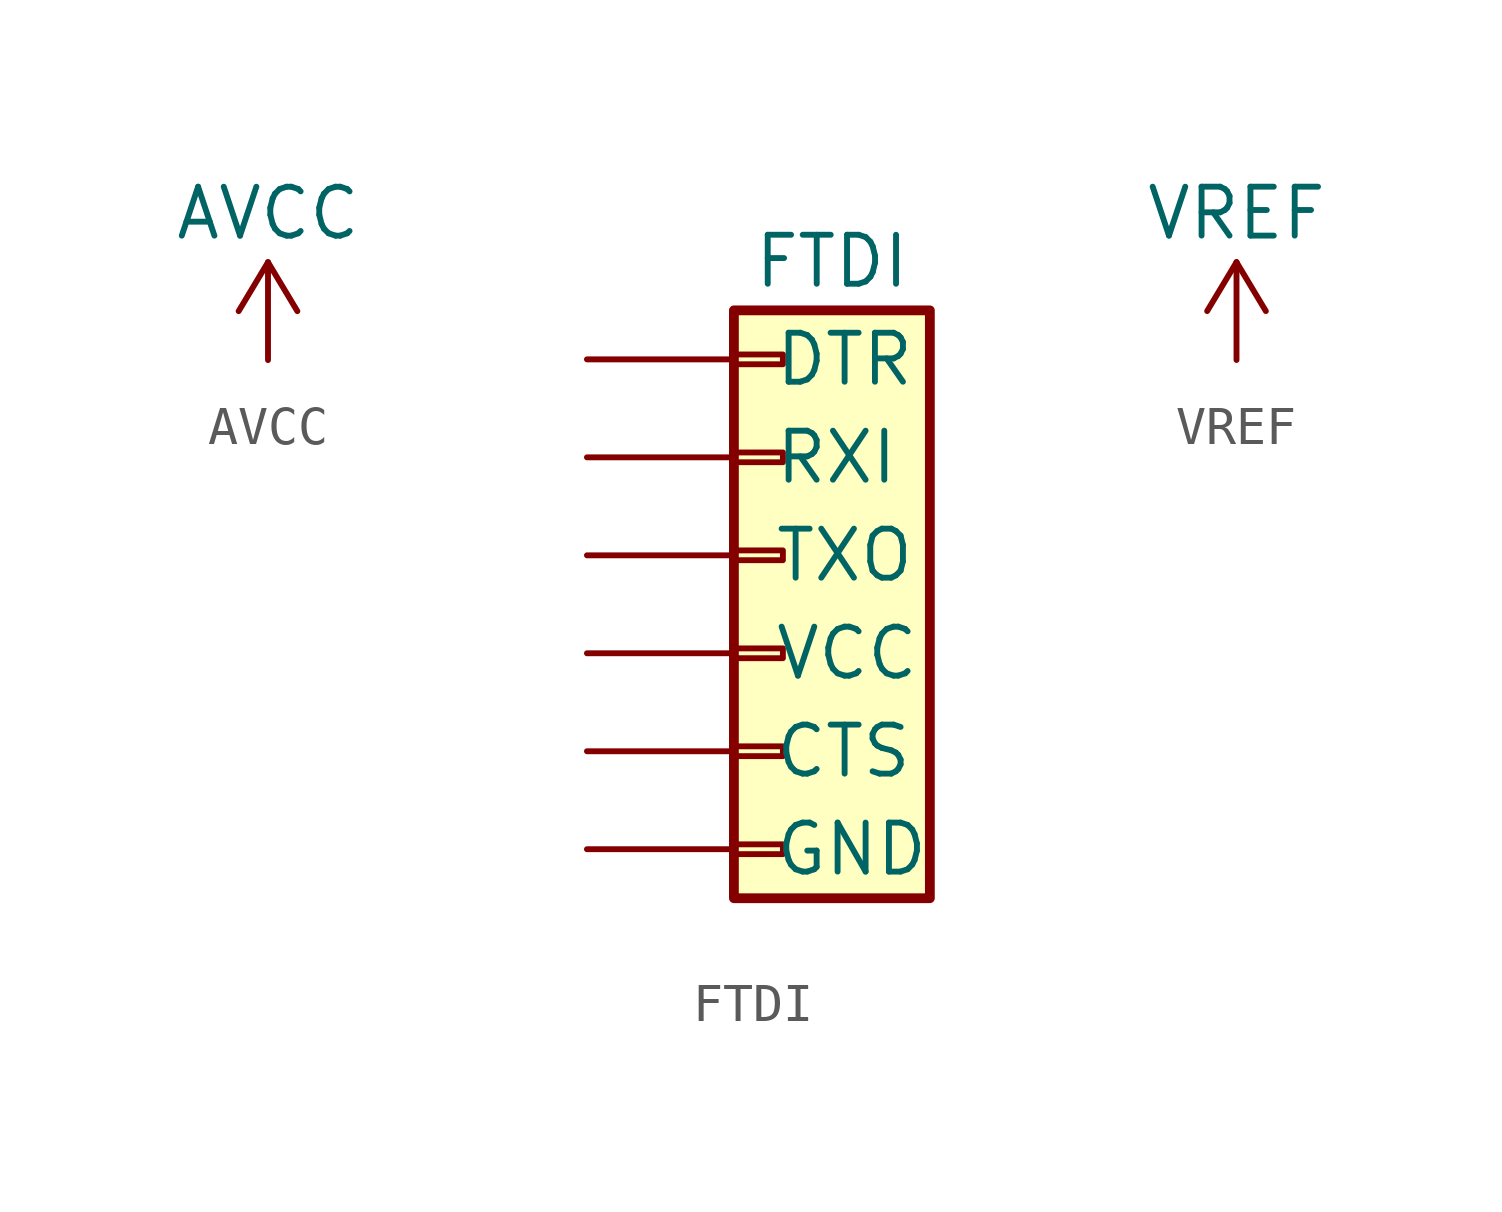
<source format=kicad_sym>
(kicad_symbol_lib
  (version 20231120)
  (generator "kicad_symbol_editor")
  (generator_version "8.0")
  (symbol "AVCC"
    (power)
    (pin_names
      (offset 0))
    (property "Reference" "#PWR"
      (at 0 -3.81 0)
      (effects (font (size 1.27 1.27)) (hide yes)))
    (property "Value" "AVCC"
      (at 0 3.81 0)
      (effects (font (size 1.27 1.27))))
    (symbol "AVCC_0_1"
      (polyline (pts (xy -0.762 1.27) (xy 0 2.54)) (stroke (width 0) (type default)) (fill (type none)))
      (polyline (pts (xy 0 0) (xy 0 2.54)) (stroke (width 0) (type default)) (fill (type none)))
      (polyline (pts (xy 0 2.54) (xy 0.762 1.27)) (stroke (width 0) (type default)) (fill (type none))))
    (symbol "AVCC_1_1"
      (pin power_in line (at 0 0 90) (length 0) hide (name "AVCC" (effects (font (size 1.27 1.27)))) (number "1" (effects (font (size 1.27 1.27)))))))
  (symbol "FTDI"
    (pin_numbers hide)
    (pin_names
      (offset 1.016))
    (property "Reference" "J"
      (at 0 7.62 0)
      (effects (font (size 1.27 1.27)) (hide yes)))
    (property "Value" "FTDI"
      (at 0 7.62 0)
      (effects (font (size 1.27 1.27))))
    (symbol "FTDI_1_1"
      (rectangle (start -2.54 -7.493) (end -1.27 -7.747) (stroke (width 0.152) (type default)) (fill (type none)))
      (rectangle (start -2.54 -4.953) (end -1.27 -5.207) (stroke (width 0.152) (type default)) (fill (type none)))
      (rectangle (start -2.54 -2.413) (end -1.27 -2.667) (stroke (width 0.152) (type default)) (fill (type none)))
      (rectangle (start -2.54 0.127) (end -1.27 -0.127) (stroke (width 0.152) (type default)) (fill (type none)))
      (rectangle (start -2.54 2.667) (end -1.27 2.413) (stroke (width 0.152) (type default)) (fill (type none)))
      (rectangle (start -2.54 5.207) (end -1.27 4.953) (stroke (width 0.152) (type default)) (fill (type none)))
      (rectangle (start -2.54 6.35) (end 2.54 -8.89) (stroke (width 0.254) (type default)) (fill (type background)))
      (pin bidirectional line (at -6.35 5.08 0) (length 3.81) (name "DTR" (effects (font (size 1.27 1.27)))) (number "1" (effects (font (size 1.27 1.27)))))
      (pin input line (at -6.35 2.54 0) (length 3.81) (name "RXI" (effects (font (size 1.27 1.27)))) (number "2" (effects (font (size 1.27 1.27)))))
      (pin output line (at -6.35 0 0) (length 3.81) (name "TXO" (effects (font (size 1.27 1.27)))) (number "3" (effects (font (size 1.27 1.27)))))
      (pin power_in line (at -6.35 -2.54 0) (length 3.81) (name "VCC" (effects (font (size 1.27 1.27)))) (number "4" (effects (font (size 1.27 1.27)))))
      (pin passive line (at -6.35 -5.08 0) (length 3.81) (name "CTS" (effects (font (size 1.27 1.27)))) (number "5" (effects (font (size 1.27 1.27)))))
      (pin power_in line (at -6.35 -7.62 0) (length 3.81) (name "GND" (effects (font (size 1.27 1.27)))) (number "6" (effects (font (size 1.27 1.27)))))))
  (symbol "VREF"
    (power)
    (pin_names
      (offset 0))
    (property "Reference" "#PWR"
      (at 0 -3.81 0)
      (effects (font (size 1.27 1.27)) (hide yes)))
    (property "Value" "VREF"
      (at 0 3.81 0)
      (effects (font (size 1.27 1.27))))
    (symbol "VREF_0_1"
      (polyline (pts (xy -0.762 1.27) (xy 0 2.54)) (stroke (width 0) (type default)) (fill (type none)))
      (polyline (pts (xy 0 0) (xy 0 2.54)) (stroke (width 0) (type default)) (fill (type none)))
      (polyline (pts (xy 0 2.54) (xy 0.762 1.27)) (stroke (width 0) (type default)) (fill (type none))))
    (symbol "VREF_1_1"
      (pin power_in line (at 0 0 90) (length 0) hide (name "VREF" (effects (font (size 1.27 1.27)))) (number "1" (effects (font (size 1.27 1.27))))))))
</source>
